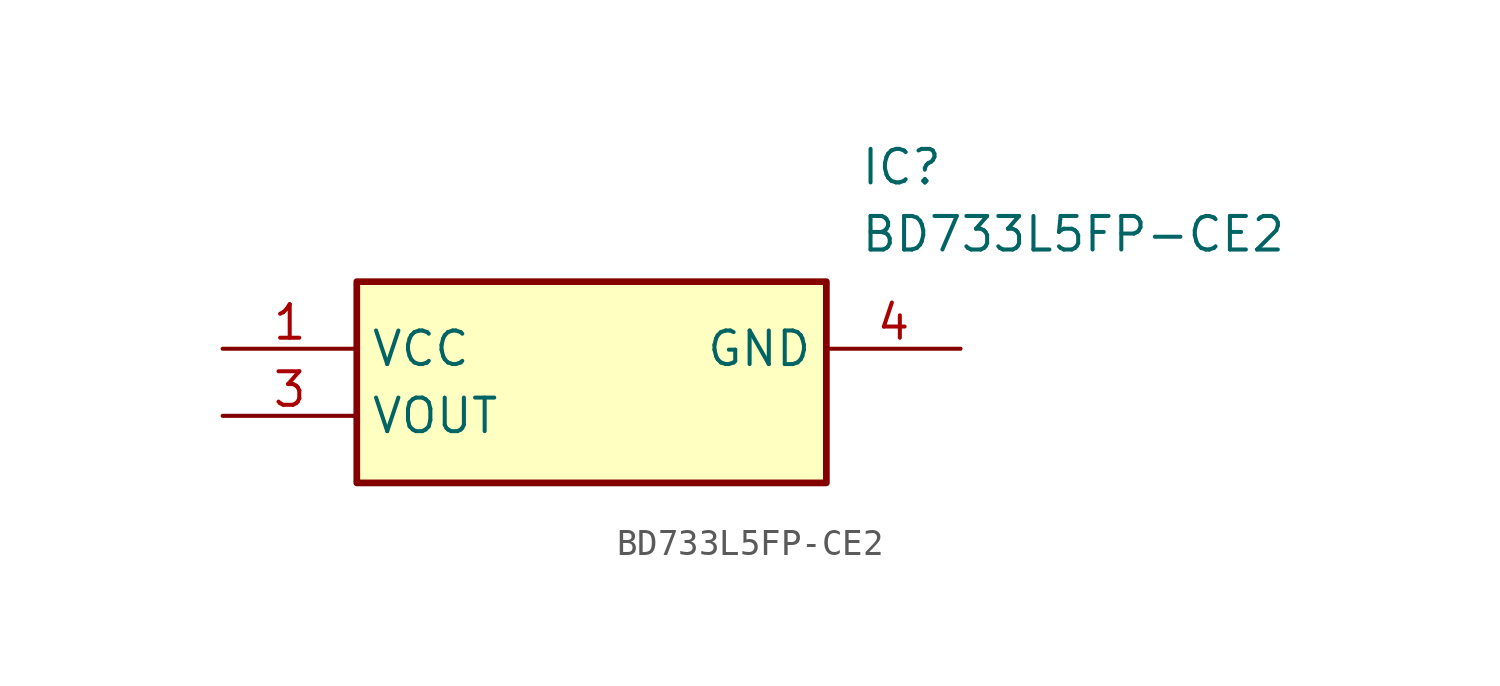
<source format=kicad_sym>
(kicad_symbol_lib
  (version 20211014)
  (generator SamacSys_ECAD_Model)
  (symbol "BD733L5FP-CE2"
    (property "Reference" "IC"
      (at 24.13 7.62 0)
      (effects (font (size 1.27 1.27)) (justify left top)))
    (property "Value" "BD733L5FP-CE2"
      (at 24.13 5.08 0)
      (effects (font (size 1.27 1.27)) (justify left top)))
    (rectangle
      (start 5.08 2.54)
      (end 22.86 -5.08)
      (stroke (width 0.254) (type default))
      (fill (type background)))
    (pin passive line
      (at 0 0 0)
      (length 5.08)
      (name "VCC" (effects (font (size 1.27 1.27))))
      (number "1" (effects (font (size 1.27 1.27)))))
    (pin passive line
      (at 0 -2.54 0)
      (length 5.08)
      (name "VOUT" (effects (font (size 1.27 1.27))))
      (number "3" (effects (font (size 1.27 1.27)))))
    (pin passive line
      (at 27.94 0 180)
      (length 5.08)
      (name "GND" (effects (font (size 1.27 1.27))))
      (number "4" (effects (font (size 1.27 1.27)))))))
</source>
